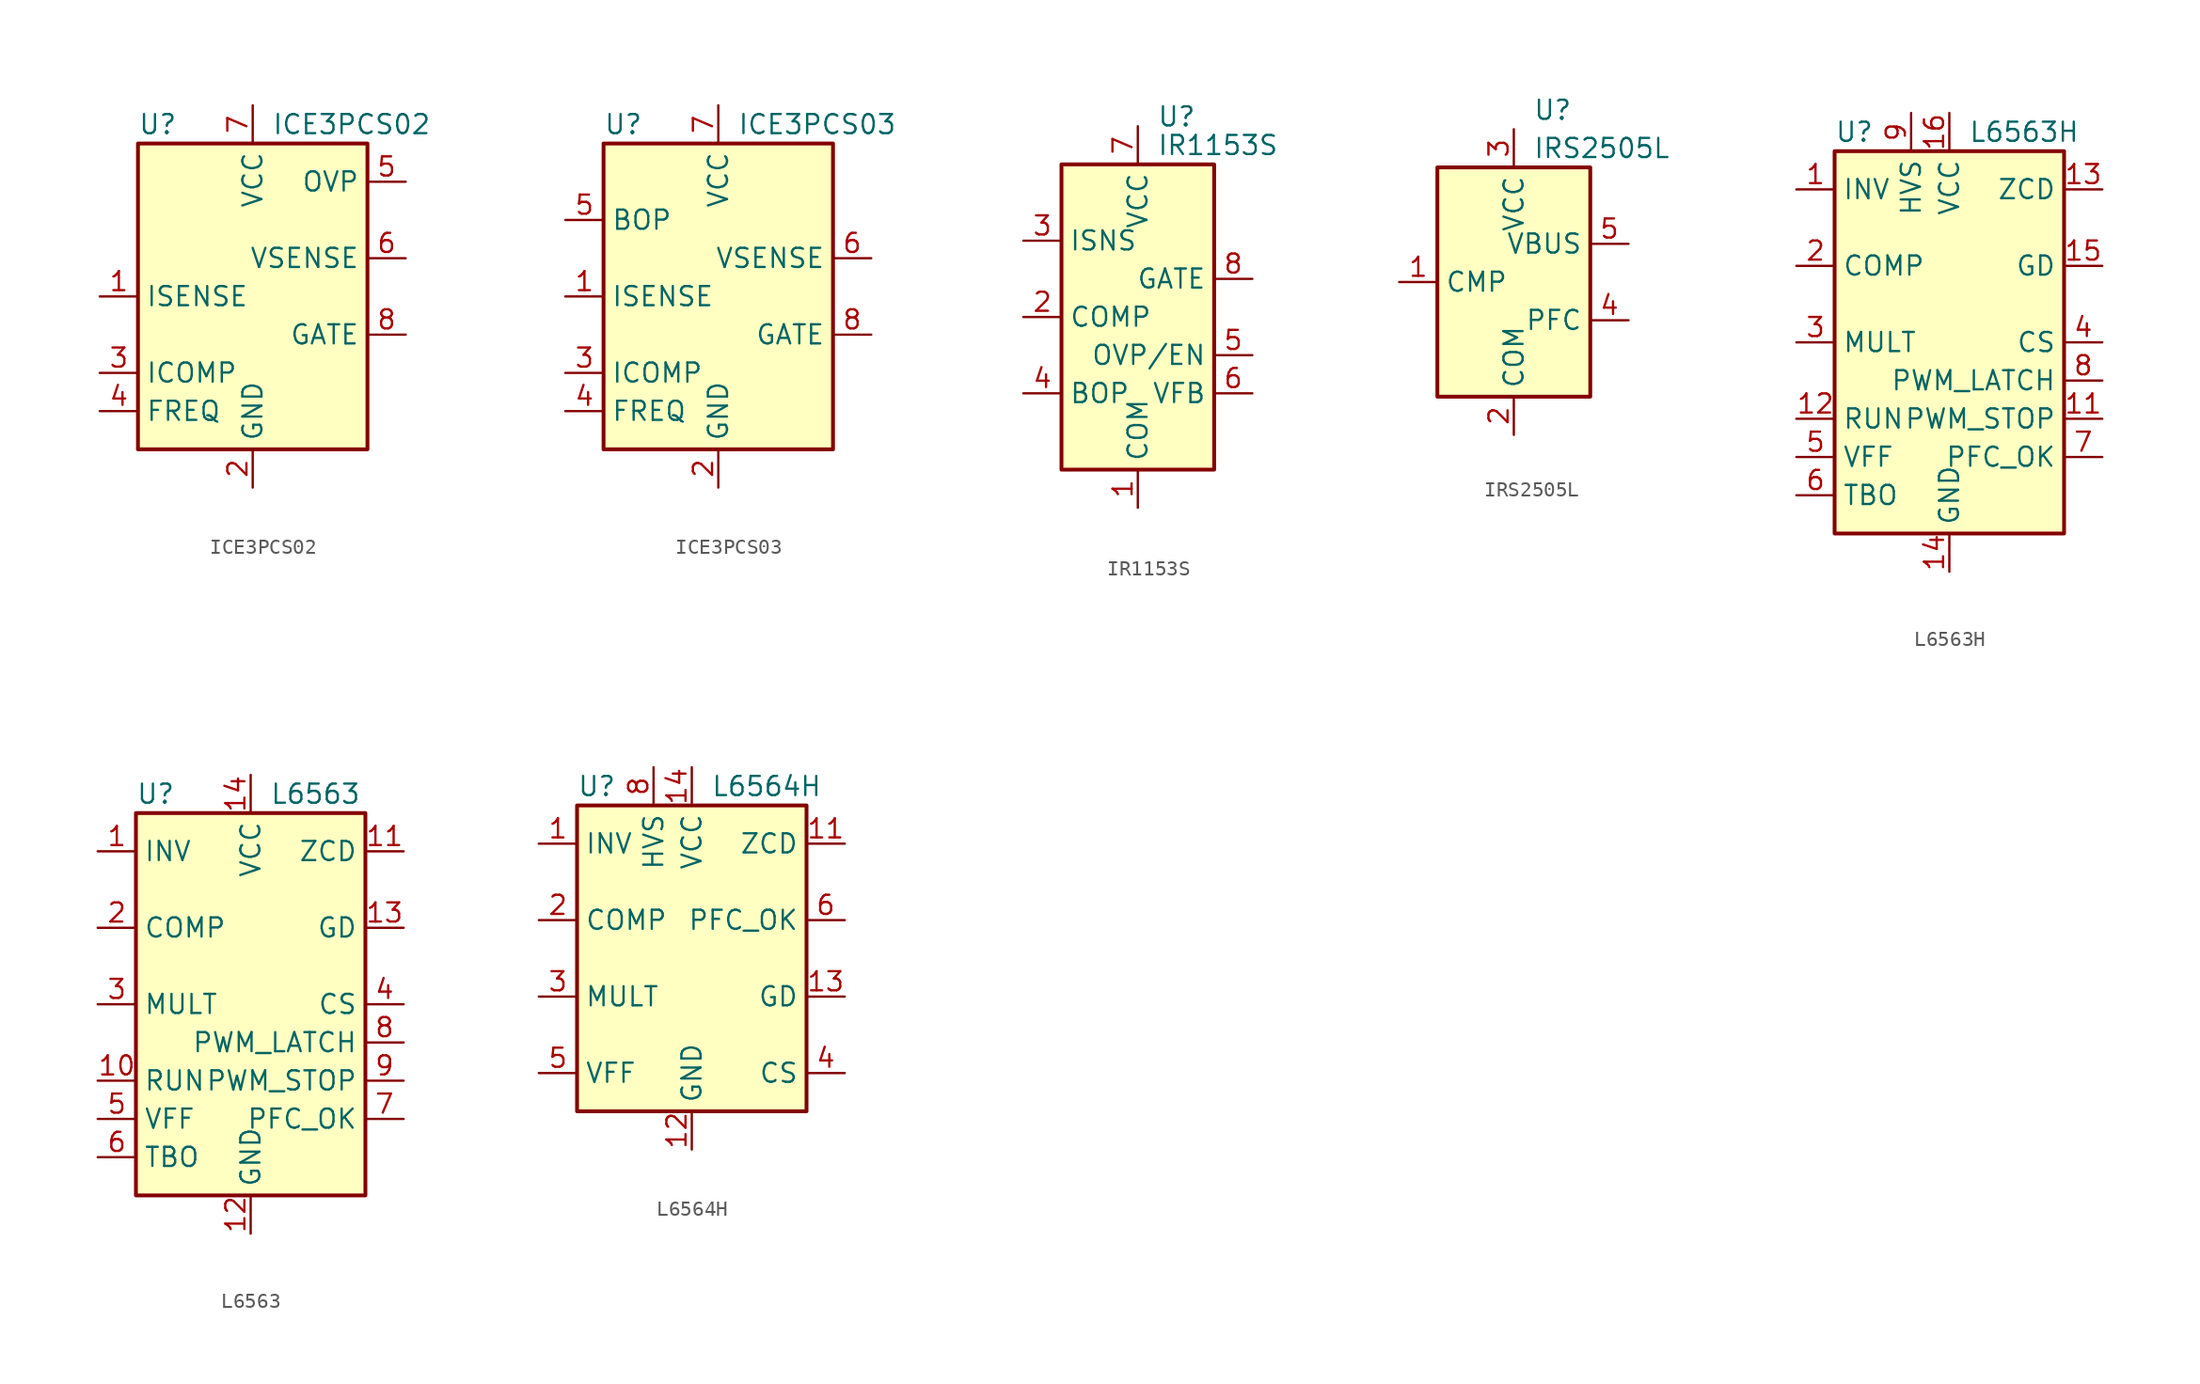
<source format=kicad_sym>
(kicad_symbol_lib
  (version 20211014)
  (generator kicad_symbol_editor)
  (symbol "ICE3PCS02"
    (property "Reference" "U"
      (at -7.62 11.43 0)
      (effects (font (size 1.27 1.27)) (justify left)))
    (property "Value" "ICE3PCS02"
      (at 1.27 11.43 0)
      (effects (font (size 1.27 1.27)) (justify left)))
    (symbol "ICE3PCS02_0_0"
      (rectangle (start -7.62 10.16) (end 7.62 -10.16) (stroke (width 0.254) (type default) (color 0 0 0 0)) (fill (type background))))
    (symbol "ICE3PCS02_1_1"
      (pin input line (at -10.16 0 0) (length 2.54) (name "ISENSE" (effects (font (size 1.27 1.27)))) (number "1" (effects (font (size 1.27 1.27)))))
      (pin power_in line (at 0 -12.7 90) (length 2.54) (name "GND" (effects (font (size 1.27 1.27)))) (number "2" (effects (font (size 1.27 1.27)))))
      (pin passive line (at -10.16 -5.08 0) (length 2.54) (name "ICOMP" (effects (font (size 1.27 1.27)))) (number "3" (effects (font (size 1.27 1.27)))))
      (pin passive line (at -10.16 -7.62 0) (length 2.54) (name "FREQ" (effects (font (size 1.27 1.27)))) (number "4" (effects (font (size 1.27 1.27)))))
      (pin input line (at 10.16 7.62 180) (length 2.54) (name "OVP" (effects (font (size 1.27 1.27)))) (number "5" (effects (font (size 1.27 1.27)))))
      (pin input line (at 10.16 2.54 180) (length 2.54) (name "VSENSE" (effects (font (size 1.27 1.27)))) (number "6" (effects (font (size 1.27 1.27)))))
      (pin power_in line (at 0 12.7 270) (length 2.54) (name "VCC" (effects (font (size 1.27 1.27)))) (number "7" (effects (font (size 1.27 1.27)))))
      (pin output line (at 10.16 -2.54 180) (length 2.54) (name "GATE" (effects (font (size 1.27 1.27)))) (number "8" (effects (font (size 1.27 1.27)))))))
  (symbol "ICE3PCS03"
    (property "Reference" "U"
      (at -7.62 11.43 0)
      (effects (font (size 1.27 1.27)) (justify left)))
    (property "Value" "ICE3PCS03"
      (at 1.27 11.43 0)
      (effects (font (size 1.27 1.27)) (justify left)))
    (symbol "ICE3PCS03_0_0"
      (rectangle (start -7.62 10.16) (end 7.62 -10.16) (stroke (width 0.254) (type default) (color 0 0 0 0)) (fill (type background))))
    (symbol "ICE3PCS03_1_1"
      (pin input line (at -10.16 0 0) (length 2.54) (name "ISENSE" (effects (font (size 1.27 1.27)))) (number "1" (effects (font (size 1.27 1.27)))))
      (pin power_in line (at 0 -12.7 90) (length 2.54) (name "GND" (effects (font (size 1.27 1.27)))) (number "2" (effects (font (size 1.27 1.27)))))
      (pin passive line (at -10.16 -5.08 0) (length 2.54) (name "ICOMP" (effects (font (size 1.27 1.27)))) (number "3" (effects (font (size 1.27 1.27)))))
      (pin passive line (at -10.16 -7.62 0) (length 2.54) (name "FREQ" (effects (font (size 1.27 1.27)))) (number "4" (effects (font (size 1.27 1.27)))))
      (pin input line (at -10.16 5.08 0) (length 2.54) (name "BOP" (effects (font (size 1.27 1.27)))) (number "5" (effects (font (size 1.27 1.27)))))
      (pin input line (at 10.16 2.54 180) (length 2.54) (name "VSENSE" (effects (font (size 1.27 1.27)))) (number "6" (effects (font (size 1.27 1.27)))))
      (pin power_in line (at 0 12.7 270) (length 2.54) (name "VCC" (effects (font (size 1.27 1.27)))) (number "7" (effects (font (size 1.27 1.27)))))
      (pin output line (at 10.16 -2.54 180) (length 2.54) (name "GATE" (effects (font (size 1.27 1.27)))) (number "8" (effects (font (size 1.27 1.27)))))))
  (symbol "IR1153S"
    (property "Reference" "U"
      (at 1.27 13.335 0)
      (effects (font (size 1.27 1.27)) (justify left)))
    (property "Value" "IR1153S"
      (at 1.27 11.43 0)
      (effects (font (size 1.27 1.27)) (justify left)))
    (symbol "IR1153S_0_1"
      (rectangle (start -5.08 -10.16) (end 5.08 10.16) (stroke (width 0.254) (type default) (color 0 0 0 0)) (fill (type background))))
    (symbol "IR1153S_1_1"
      (pin power_in line (at 0 -12.7 90) (length 2.54) (name "COM" (effects (font (size 1.27 1.27)))) (number "1" (effects (font (size 1.27 1.27)))))
      (pin output line (at -7.62 0 0) (length 2.54) (name "COMP" (effects (font (size 1.27 1.27)))) (number "2" (effects (font (size 1.27 1.27)))))
      (pin passive line (at -7.62 5.08 0) (length 2.54) (name "ISNS" (effects (font (size 1.27 1.27)))) (number "3" (effects (font (size 1.27 1.27)))))
      (pin input line (at -7.62 -5.08 0) (length 2.54) (name "BOP" (effects (font (size 1.27 1.27)))) (number "4" (effects (font (size 1.27 1.27)))))
      (pin input line (at 7.62 -2.54 180) (length 2.54) (name "OVP/EN" (effects (font (size 1.27 1.27)))) (number "5" (effects (font (size 1.27 1.27)))))
      (pin input line (at 7.62 -5.08 180) (length 2.54) (name "VFB" (effects (font (size 1.27 1.27)))) (number "6" (effects (font (size 1.27 1.27)))))
      (pin power_in line (at 0 12.7 270) (length 2.54) (name "VCC" (effects (font (size 1.27 1.27)))) (number "7" (effects (font (size 1.27 1.27)))))
      (pin output line (at 7.62 2.54 180) (length 2.54) (name "GATE" (effects (font (size 1.27 1.27)))) (number "8" (effects (font (size 1.27 1.27)))))))
  (symbol "IRS2505L"
    (property "Reference" "U"
      (at 1.27 11.43 0)
      (effects (font (size 1.27 1.27)) (justify left)))
    (property "Value" "IRS2505L"
      (at 1.27 8.89 0)
      (effects (font (size 1.27 1.27)) (justify left)))
    (symbol "IRS2505L_0_1"
      (rectangle (start -5.08 -7.62) (end 5.08 7.62) (stroke (width 0.254) (type default) (color 0 0 0 0)) (fill (type background))))
    (symbol "IRS2505L_1_1"
      (pin passive line (at -7.62 0 0) (length 2.54) (name "CMP" (effects (font (size 1.27 1.27)))) (number "1" (effects (font (size 1.27 1.27)))))
      (pin power_in line (at 0 -10.16 90) (length 2.54) (name "COM" (effects (font (size 1.27 1.27)))) (number "2" (effects (font (size 1.27 1.27)))))
      (pin power_in line (at 0 10.16 270) (length 2.54) (name "VCC" (effects (font (size 1.27 1.27)))) (number "3" (effects (font (size 1.27 1.27)))))
      (pin output line (at 7.62 -2.54 180) (length 2.54) (name "PFC" (effects (font (size 1.27 1.27)))) (number "4" (effects (font (size 1.27 1.27)))))
      (pin input line (at 7.62 2.54 180) (length 2.54) (name "VBUS" (effects (font (size 1.27 1.27)))) (number "5" (effects (font (size 1.27 1.27)))))))
  (symbol "L6563H"
    (property "Reference" "U"
      (at -7.62 13.97 0)
      (effects (font (size 1.27 1.27)) (justify left)))
    (property "Value" "L6563H"
      (at 1.27 13.97 0)
      (effects (font (size 1.27 1.27)) (justify left)))
    (symbol "L6563H_0_0"
      (rectangle (start -7.62 12.7) (end 7.62 -12.7) (stroke (width 0.254) (type default) (color 0 0 0 0)) (fill (type background))))
    (symbol "L6563H_1_1"
      (pin input line (at -10.16 10.16 0) (length 2.54) (name "INV" (effects (font (size 1.27 1.27)))) (number "1" (effects (font (size 1.27 1.27)))))
      (pin no_connect line (at -7.62 7.62 0) (length 2.54) hide (name "NC" (effects (font (size 1.27 1.27)))) (number "10" (effects (font (size 1.27 1.27)))))
      (pin output line (at 10.16 -5.08 180) (length 2.54) (name "PWM_STOP" (effects (font (size 1.27 1.27)))) (number "11" (effects (font (size 1.27 1.27)))))
      (pin input line (at -10.16 -5.08 0) (length 2.54) (name "RUN" (effects (font (size 1.27 1.27)))) (number "12" (effects (font (size 1.27 1.27)))))
      (pin input line (at 10.16 10.16 180) (length 2.54) (name "ZCD" (effects (font (size 1.27 1.27)))) (number "13" (effects (font (size 1.27 1.27)))))
      (pin power_in line (at 0 -15.24 90) (length 2.54) (name "GND" (effects (font (size 1.27 1.27)))) (number "14" (effects (font (size 1.27 1.27)))))
      (pin output line (at 10.16 5.08 180) (length 2.54) (name "GD" (effects (font (size 1.27 1.27)))) (number "15" (effects (font (size 1.27 1.27)))))
      (pin power_in line (at 0 15.24 270) (length 2.54) (name "VCC" (effects (font (size 1.27 1.27)))) (number "16" (effects (font (size 1.27 1.27)))))
      (pin output line (at -10.16 5.08 0) (length 2.54) (name "COMP" (effects (font (size 1.27 1.27)))) (number "2" (effects (font (size 1.27 1.27)))))
      (pin input line (at -10.16 0 0) (length 2.54) (name "MULT" (effects (font (size 1.27 1.27)))) (number "3" (effects (font (size 1.27 1.27)))))
      (pin input line (at 10.16 0 180) (length 2.54) (name "CS" (effects (font (size 1.27 1.27)))) (number "4" (effects (font (size 1.27 1.27)))))
      (pin passive line (at -10.16 -7.62 0) (length 2.54) (name "VFF" (effects (font (size 1.27 1.27)))) (number "5" (effects (font (size 1.27 1.27)))))
      (pin passive line (at -10.16 -10.16 0) (length 2.54) (name "TBO" (effects (font (size 1.27 1.27)))) (number "6" (effects (font (size 1.27 1.27)))))
      (pin input line (at 10.16 -7.62 180) (length 2.54) (name "PFC_OK" (effects (font (size 1.27 1.27)))) (number "7" (effects (font (size 1.27 1.27)))))
      (pin output line (at 10.16 -2.54 180) (length 2.54) (name "PWM_LATCH" (effects (font (size 1.27 1.27)))) (number "8" (effects (font (size 1.27 1.27)))))
      (pin input line (at -2.54 15.24 270) (length 2.54) (name "HVS" (effects (font (size 1.27 1.27)))) (number "9" (effects (font (size 1.27 1.27)))))))
  (symbol "L6563"
    (property "Reference" "U"
      (at -7.62 13.97 0)
      (effects (font (size 1.27 1.27)) (justify left)))
    (property "Value" "L6563"
      (at 1.27 13.97 0)
      (effects (font (size 1.27 1.27)) (justify left)))
    (symbol "L6563_0_0"
      (rectangle (start -7.62 12.7) (end 7.62 -12.7) (stroke (width 0.254) (type default) (color 0 0 0 0)) (fill (type background))))
    (symbol "L6563_1_1"
      (pin input line (at -10.16 10.16 0) (length 2.54) (name "INV" (effects (font (size 1.27 1.27)))) (number "1" (effects (font (size 1.27 1.27)))))
      (pin input line (at -10.16 -5.08 0) (length 2.54) (name "RUN" (effects (font (size 1.27 1.27)))) (number "10" (effects (font (size 1.27 1.27)))))
      (pin input line (at 10.16 10.16 180) (length 2.54) (name "ZCD" (effects (font (size 1.27 1.27)))) (number "11" (effects (font (size 1.27 1.27)))))
      (pin power_in line (at 0 -15.24 90) (length 2.54) (name "GND" (effects (font (size 1.27 1.27)))) (number "12" (effects (font (size 1.27 1.27)))))
      (pin output line (at 10.16 5.08 180) (length 2.54) (name "GD" (effects (font (size 1.27 1.27)))) (number "13" (effects (font (size 1.27 1.27)))))
      (pin power_in line (at 0 15.24 270) (length 2.54) (name "VCC" (effects (font (size 1.27 1.27)))) (number "14" (effects (font (size 1.27 1.27)))))
      (pin output line (at -10.16 5.08 0) (length 2.54) (name "COMP" (effects (font (size 1.27 1.27)))) (number "2" (effects (font (size 1.27 1.27)))))
      (pin input line (at -10.16 0 0) (length 2.54) (name "MULT" (effects (font (size 1.27 1.27)))) (number "3" (effects (font (size 1.27 1.27)))))
      (pin input line (at 10.16 0 180) (length 2.54) (name "CS" (effects (font (size 1.27 1.27)))) (number "4" (effects (font (size 1.27 1.27)))))
      (pin passive line (at -10.16 -7.62 0) (length 2.54) (name "VFF" (effects (font (size 1.27 1.27)))) (number "5" (effects (font (size 1.27 1.27)))))
      (pin passive line (at -10.16 -10.16 0) (length 2.54) (name "TBO" (effects (font (size 1.27 1.27)))) (number "6" (effects (font (size 1.27 1.27)))))
      (pin input line (at 10.16 -7.62 180) (length 2.54) (name "PFC_OK" (effects (font (size 1.27 1.27)))) (number "7" (effects (font (size 1.27 1.27)))))
      (pin output line (at 10.16 -2.54 180) (length 2.54) (name "PWM_LATCH" (effects (font (size 1.27 1.27)))) (number "8" (effects (font (size 1.27 1.27)))))
      (pin output line (at 10.16 -5.08 180) (length 2.54) (name "PWM_STOP" (effects (font (size 1.27 1.27)))) (number "9" (effects (font (size 1.27 1.27)))))))
  (symbol "L6564H"
    (property "Reference" "U"
      (at -7.62 11.43 0)
      (effects (font (size 1.27 1.27)) (justify left)))
    (property "Value" "L6564H"
      (at 1.27 11.43 0)
      (effects (font (size 1.27 1.27)) (justify left)))
    (symbol "L6564H_0_0"
      (rectangle (start -7.62 10.16) (end 7.62 -10.16) (stroke (width 0.254) (type default) (color 0 0 0 0)) (fill (type background))))
    (symbol "L6564H_1_1"
      (pin input line (at -10.16 7.62 0) (length 2.54) (name "INV" (effects (font (size 1.27 1.27)))) (number "1" (effects (font (size 1.27 1.27)))))
      (pin no_connect line (at -7.62 -5.08 0) (length 2.54) hide (name "NC" (effects (font (size 1.27 1.27)))) (number "10" (effects (font (size 1.27 1.27)))))
      (pin input line (at 10.16 7.62 180) (length 2.54) (name "ZCD" (effects (font (size 1.27 1.27)))) (number "11" (effects (font (size 1.27 1.27)))))
      (pin power_in line (at 0 -12.7 90) (length 2.54) (name "GND" (effects (font (size 1.27 1.27)))) (number "12" (effects (font (size 1.27 1.27)))))
      (pin output line (at 10.16 -2.54 180) (length 2.54) (name "GD" (effects (font (size 1.27 1.27)))) (number "13" (effects (font (size 1.27 1.27)))))
      (pin power_in line (at 0 12.7 270) (length 2.54) (name "VCC" (effects (font (size 1.27 1.27)))) (number "14" (effects (font (size 1.27 1.27)))))
      (pin output line (at -10.16 2.54 0) (length 2.54) (name "COMP" (effects (font (size 1.27 1.27)))) (number "2" (effects (font (size 1.27 1.27)))))
      (pin input line (at -10.16 -2.54 0) (length 2.54) (name "MULT" (effects (font (size 1.27 1.27)))) (number "3" (effects (font (size 1.27 1.27)))))
      (pin input line (at 10.16 -7.62 180) (length 2.54) (name "CS" (effects (font (size 1.27 1.27)))) (number "4" (effects (font (size 1.27 1.27)))))
      (pin passive line (at -10.16 -7.62 0) (length 2.54) (name "VFF" (effects (font (size 1.27 1.27)))) (number "5" (effects (font (size 1.27 1.27)))))
      (pin input line (at 10.16 2.54 180) (length 2.54) (name "PFC_OK" (effects (font (size 1.27 1.27)))) (number "6" (effects (font (size 1.27 1.27)))))
      (pin no_connect line (at -7.62 5.08 0) (length 2.54) hide (name "NC" (effects (font (size 1.27 1.27)))) (number "7" (effects (font (size 1.27 1.27)))))
      (pin input line (at -2.54 12.7 270) (length 2.54) (name "HVS" (effects (font (size 1.27 1.27)))) (number "8" (effects (font (size 1.27 1.27)))))
      (pin no_connect line (at -7.62 0 0) (length 2.54) hide (name "NC" (effects (font (size 1.27 1.27)))) (number "9" (effects (font (size 1.27 1.27))))))))
</source>
